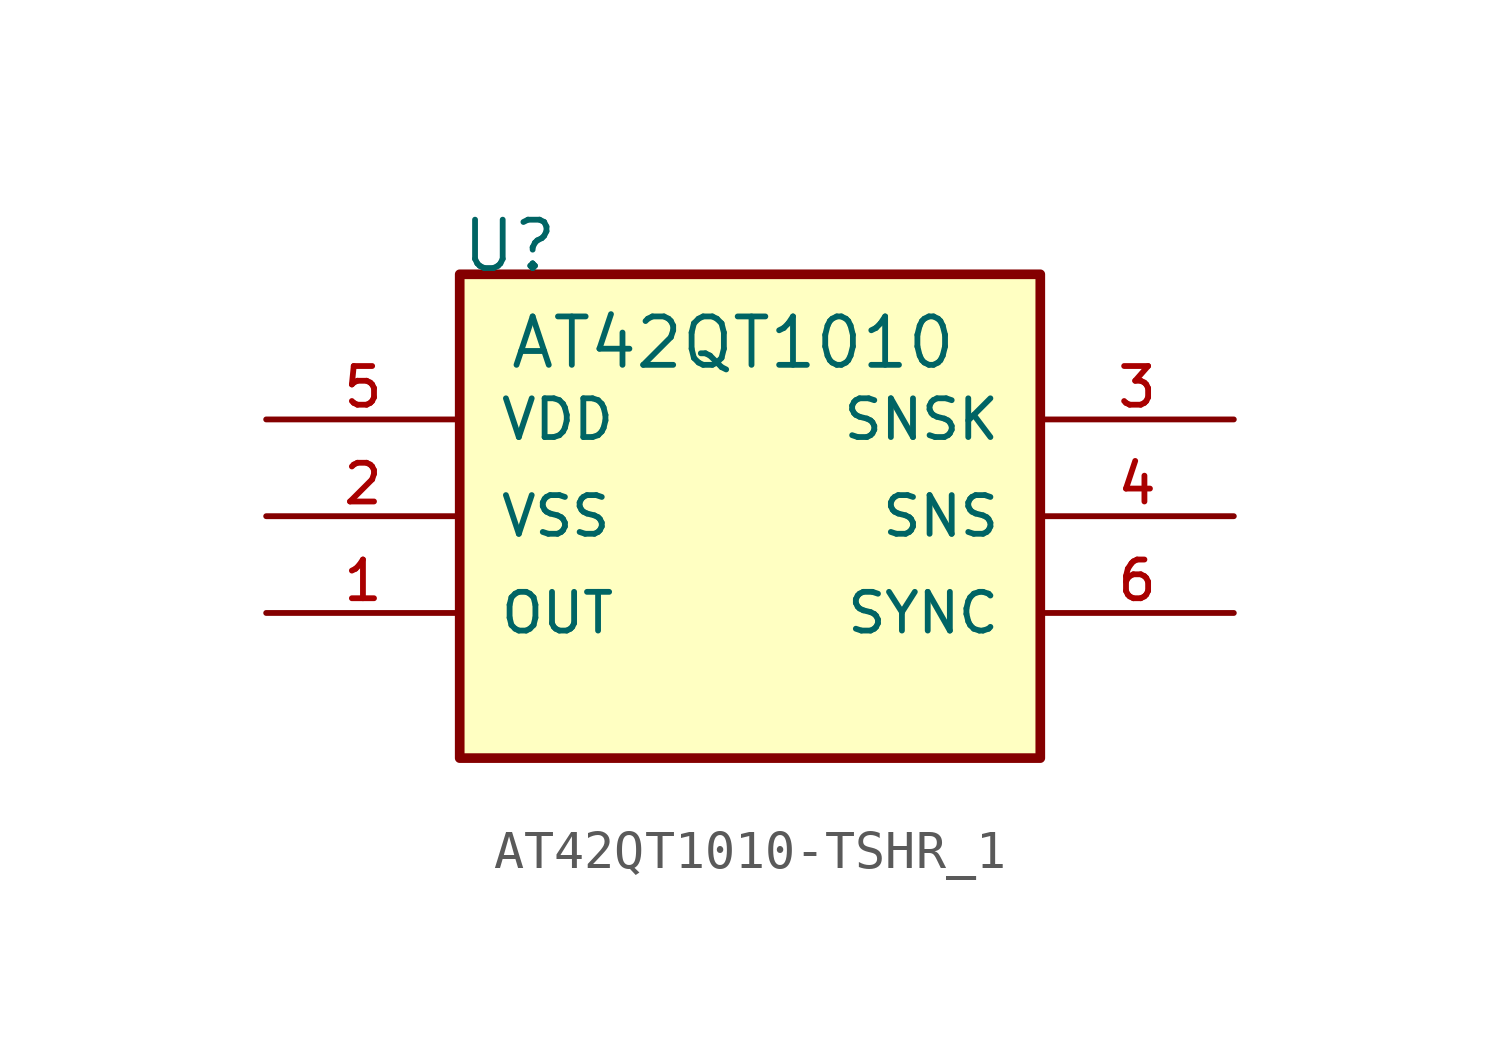
<source format=kicad_sym>
(kicad_symbol_lib
  (version 20220914)
  (generator kicad_symbol_editor)
  (symbol "AT42QT1010-TSHR_1"
    (pin_names
      (offset 1.016))
    (property "Reference" "U"
      (at -7.62 6.35 0)
      (effects (font (size 1.27 1.27)) (justify left bottom)))
    (property "Value" "AT42QT1010"
      (at -6.35 3.81 0)
      (effects (font (size 1.27 1.27)) (justify left bottom)))
    (symbol "AT42QT1010-TSHR_1_0_0"
      (rectangle (start -7.62 6.35) (end 7.62 -6.35) (stroke (width 0.254) (type default)) (fill (type background)))
      (pin output line (at -12.7 -2.54 0) (length 5.08) (name "OUT" (effects (font (size 1.016 1.016)))) (number "1" (effects (font (size 1.016 1.016)))))
      (pin power_in line (at -12.7 0 0) (length 5.08) (name "VSS" (effects (font (size 1.016 1.016)))) (number "2" (effects (font (size 1.016 1.016)))))
      (pin bidirectional line (at 12.7 2.54 180) (length 5.08) (name "SNSK" (effects (font (size 1.016 1.016)))) (number "3" (effects (font (size 1.016 1.016)))))
      (pin bidirectional line (at 12.7 0 180) (length 5.08) (name "SNS" (effects (font (size 1.016 1.016)))) (number "4" (effects (font (size 1.016 1.016)))))
      (pin power_in line (at -12.7 2.54 0) (length 5.08) (name "VDD" (effects (font (size 1.016 1.016)))) (number "5" (effects (font (size 1.016 1.016)))))
      (pin input line (at 12.7 -2.54 180) (length 5.08) (name "SYNC" (effects (font (size 1.016 1.016)))) (number "6" (effects (font (size 1.016 1.016))))))))
</source>
